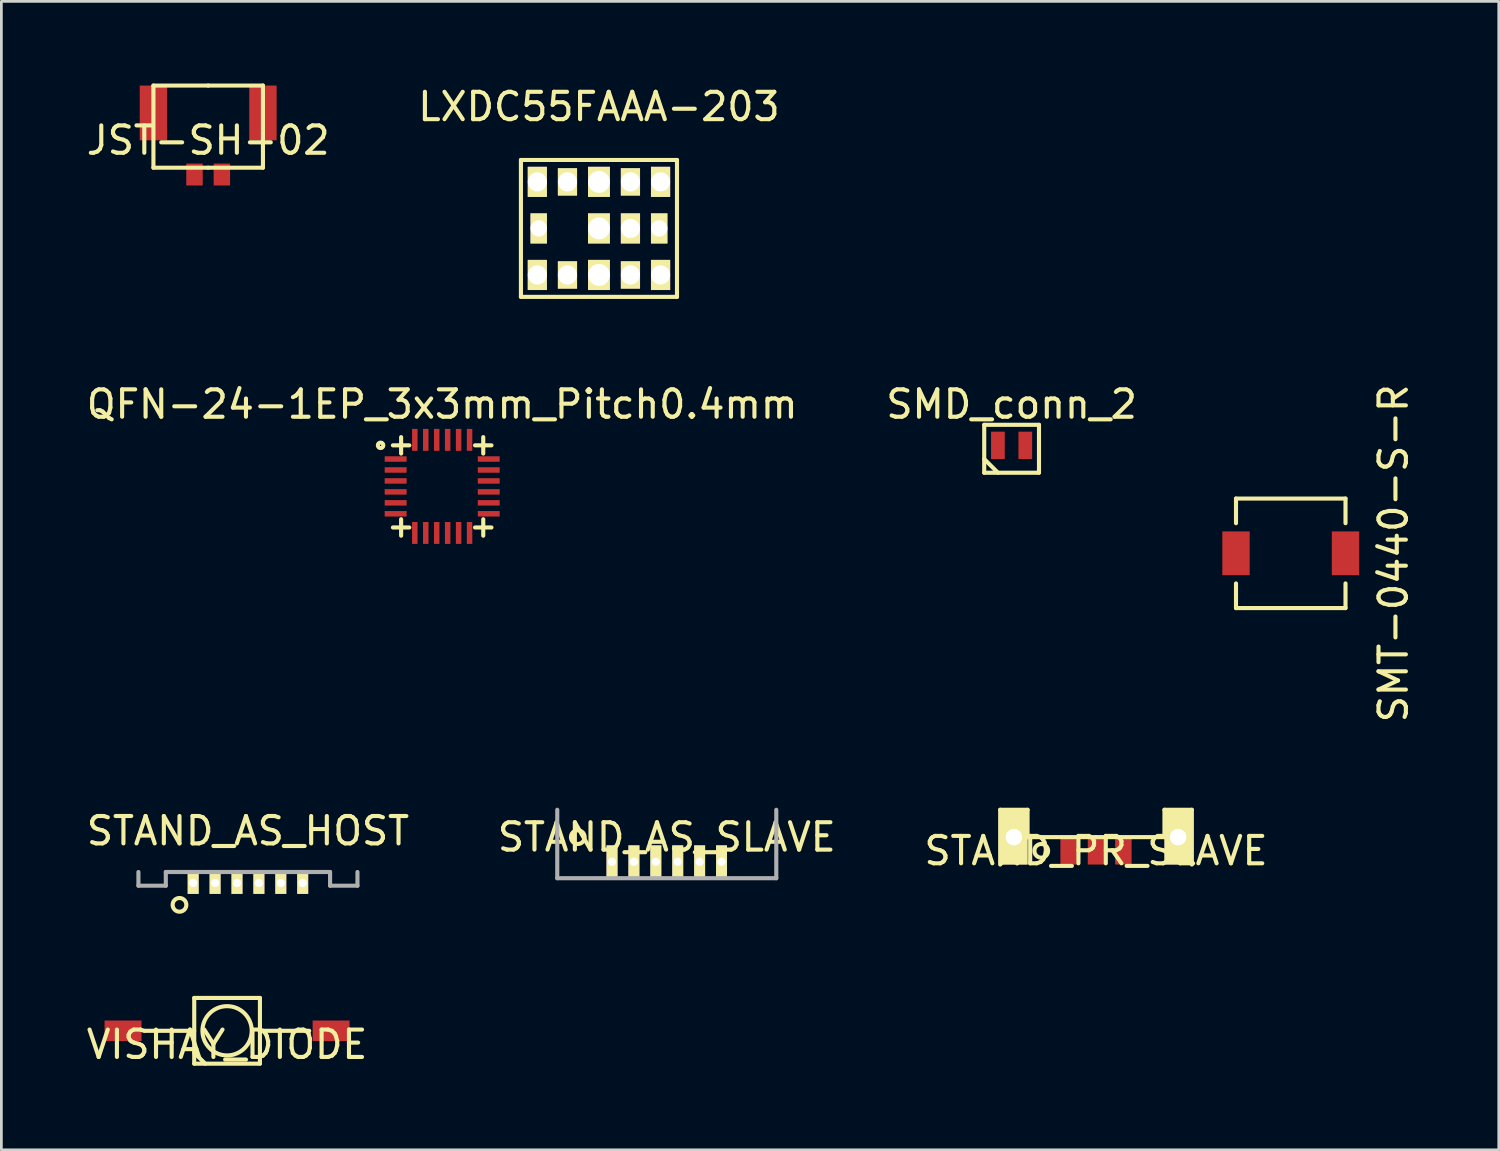
<source format=kicad_pcb>
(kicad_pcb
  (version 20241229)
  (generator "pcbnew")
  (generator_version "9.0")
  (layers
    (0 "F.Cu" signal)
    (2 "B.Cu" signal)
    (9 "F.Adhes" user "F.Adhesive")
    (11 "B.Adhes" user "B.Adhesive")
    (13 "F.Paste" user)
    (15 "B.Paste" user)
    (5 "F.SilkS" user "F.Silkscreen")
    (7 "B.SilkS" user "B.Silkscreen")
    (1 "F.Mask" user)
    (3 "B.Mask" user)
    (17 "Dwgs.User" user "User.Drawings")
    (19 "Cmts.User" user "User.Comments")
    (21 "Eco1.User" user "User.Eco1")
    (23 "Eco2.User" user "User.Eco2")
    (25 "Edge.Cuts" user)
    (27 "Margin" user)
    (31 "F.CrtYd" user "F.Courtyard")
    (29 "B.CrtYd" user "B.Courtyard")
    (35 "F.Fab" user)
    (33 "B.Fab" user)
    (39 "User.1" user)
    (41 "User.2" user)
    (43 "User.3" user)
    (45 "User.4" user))
  (footprint "VISHAY_DIODE"
    (layer "F.Cu")
    (at 5.244 34.6)
    (property "Reference" "VISHAY_DIODE" (at 0 0.5 0) (layer "F.SilkS") (effects (font (size 1 1) (thickness 0.15))))
    (attr through_hole)
    (fp_line (start -1.2 -1.2) (end -1.2 1.2) (stroke (width 0.15) (type solid)) (layer "F.SilkS"))
    (fp_line (start -1.2 0) (end -3 0) (stroke (width 0.15) (type solid)) (layer "F.SilkS"))
    (fp_line (start -1.2 1.2) (end 1.2 1.2) (stroke (width 0.15) (type solid)) (layer "F.SilkS"))
    (fp_line (start -0.8 1.2) (end -1.2 0.8) (stroke (width 0.15) (type solid)) (layer "F.SilkS"))
    (fp_line (start 1.2 -1.2) (end -1.2 -1.2) (stroke (width 0.15) (type solid)) (layer "F.SilkS"))
    (fp_line (start 1.2 0) (end 3 0) (stroke (width 0.15) (type solid)) (layer "F.SilkS"))
    (fp_line (start 1.2 1.2) (end 1.2 -1.2) (stroke (width 0.15) (type solid)) (layer "F.SilkS"))
    (fp_circle (center 0 0) (end 0.9 0) (stroke (width 0.15) (type solid)) (fill no) (layer "F.SilkS"))
    (pad "1" smd rect (at -3.8 0) (size 1.35 0.75) (layers "F.Cu" "F.Mask" "F.Paste"))
    (pad "2" smd rect (at 3.8 0) (size 1.35 0.75) (layers "F.Cu" "F.Mask" "F.Paste")))
  (footprint "QFN-24-1EP_3x3mm_Pitch0.4mm"
    (layer "F.Cu")
    (at 13.101 14.716)
    (property "Reference" "QFN-24-1EP_3x3mm_Pitch0.4mm" (at 0 -3 0) (layer "F.SilkS") (effects (font (size 1 1) (thickness 0.15))))
    (attr smd)
    (fp_line (start -1.5 -1.5) (end -1.8 -1.5) (stroke (width 0.15) (type solid)) (layer "F.SilkS"))
    (fp_line (start -1.5 -1.5) (end -1.5 -1.8) (stroke (width 0.15) (type solid)) (layer "F.SilkS"))
    (fp_line (start -1.5 -1.5) (end -1.5 -1.2) (stroke (width 0.15) (type solid)) (layer "F.SilkS"))
    (fp_line (start -1.5 1.2) (end -1.5 1.8) (stroke (width 0.15) (type solid)) (layer "F.SilkS"))
    (fp_line (start -1.2 -1.5) (end -1.5 -1.5) (stroke (width 0.15) (type solid)) (layer "F.SilkS"))
    (fp_line (start -1.2 1.5) (end -1.8 1.5) (stroke (width 0.15) (type solid)) (layer "F.SilkS"))
    (fp_line (start 1.2 -1.5) (end 1.8 -1.5) (stroke (width 0.15) (type solid)) (layer "F.SilkS"))
    (fp_line (start 1.2 1.5) (end 1.8 1.5) (stroke (width 0.15) (type solid)) (layer "F.SilkS"))
    (fp_line (start 1.5 -1.2) (end 1.5 -1.8) (stroke (width 0.15) (type solid)) (layer "F.SilkS"))
    (fp_line (start 1.5 1.2) (end 1.5 1.8) (stroke (width 0.15) (type solid)) (layer "F.SilkS"))
    (fp_circle (center -2.25 -1.5) (end -2.15 -1.5) (stroke (width 0.15) (type solid)) (fill no) (layer "F.SilkS"))
    (pad "1" smd rect (at -1.7 -1) (size 0.8 0.2) (layers "F.Cu" "F.Mask" "F.Paste"))
    (pad "2" smd rect (at -1.7 -0.6) (size 0.8 0.2) (layers "F.Cu" "F.Mask" "F.Paste"))
    (pad "3" smd rect (at -1.7 -0.2) (size 0.8 0.2) (layers "F.Cu" "F.Mask" "F.Paste"))
    (pad "4" smd rect (at -1.7 0.2) (size 0.8 0.2) (layers "F.Cu" "F.Mask" "F.Paste"))
    (pad "5" smd rect (at -1.7 0.6) (size 0.8 0.2) (layers "F.Cu" "F.Mask" "F.Paste"))
    (pad "6" smd rect (at -1.7 1) (size 0.8 0.2) (layers "F.Cu" "F.Mask" "F.Paste"))
    (pad "7" smd rect (at -1 1.7) (size 0.2 0.8) (layers "F.Cu" "F.Mask" "F.Paste"))
    (pad "8" smd rect (at -0.6 1.7) (size 0.2 0.8) (layers "F.Cu" "F.Mask" "F.Paste"))
    (pad "9" smd rect (at -0.2 1.7) (size 0.2 0.8) (layers "F.Cu" "F.Mask" "F.Paste"))
    (pad "10" smd rect (at 0.2 1.7) (size 0.2 0.8) (layers "F.Cu" "F.Mask" "F.Paste"))
    (pad "11" smd rect (at 0.6 1.7) (size 0.2 0.8) (layers "F.Cu" "F.Mask" "F.Paste"))
    (pad "12" smd rect (at 1 1.7) (size 0.2 0.8) (layers "F.Cu" "F.Mask" "F.Paste"))
    (pad "13" smd rect (at 1.7 1) (size 0.8 0.2) (layers "F.Cu" "F.Mask" "F.Paste"))
    (pad "14" smd rect (at 1.7 0.6) (size 0.8 0.2) (layers "F.Cu" "F.Mask" "F.Paste"))
    (pad "15" smd rect (at 1.7 0.2) (size 0.8 0.2) (layers "F.Cu" "F.Mask" "F.Paste"))
    (pad "16" smd rect (at 1.7 -0.2) (size 0.8 0.2) (layers "F.Cu" "F.Mask" "F.Paste"))
    (pad "17" smd rect (at 1.7 -0.6) (size 0.8 0.2) (layers "F.Cu" "F.Mask" "F.Paste"))
    (pad "18" smd rect (at 1.7 -1) (size 0.8 0.2) (layers "F.Cu" "F.Mask" "F.Paste"))
    (pad "19" smd rect (at 1 -1.7) (size 0.2 0.8) (layers "F.Cu" "F.Mask" "F.Paste"))
    (pad "20" smd rect (at 0.6 -1.7) (size 0.2 0.8) (layers "F.Cu" "F.Mask" "F.Paste"))
    (pad "21" smd rect (at 0.2 -1.7) (size 0.2 0.8) (layers "F.Cu" "F.Mask" "F.Paste"))
    (pad "22" smd rect (at -0.2 -1.7) (size 0.2 0.8) (layers "F.Cu" "F.Mask" "F.Paste"))
    (pad "23" smd rect (at -0.6 -1.7) (size 0.2 0.8) (layers "F.Cu" "F.Mask" "F.Paste"))
    (pad "24" smd rect (at -1 -1.7) (size 0.2 0.8) (layers "F.Cu" "F.Mask" "F.Paste")))
  (footprint "STAND_PR_SLAVE"
    (layer "F.Cu")
    (at 36.982 27.527)
    (property "Reference" "STAND_PR_SLAVE" (at 0 0.5 0) (layer "F.SilkS") (effects (font (size 1 1) (thickness 0.15))))
    (attr through_hole)
    (fp_line (start -3.5 -1) (end -3.5 1) (stroke (width 0.15) (type solid)) (layer "F.SilkS"))
    (fp_line (start -2.5 -1) (end -3.5 -1) (stroke (width 0.15) (type solid)) (layer "F.SilkS"))
    (fp_line (start -2.5 0) (end -2.5 -1) (stroke (width 0.15) (type solid)) (layer "F.SilkS"))
    (fp_line (start 0 0) (end -2.5 0) (stroke (width 0.15) (type solid)) (layer "F.SilkS"))
    (fp_line (start 0 0) (end 2.5 0) (stroke (width 0.15) (type solid)) (layer "F.SilkS"))
    (fp_line (start 2.5 -1) (end 3.5 -1) (stroke (width 0.15) (type solid)) (layer "F.SilkS"))
    (fp_line (start 2.5 0) (end 2.5 -1) (stroke (width 0.15) (type solid)) (layer "F.SilkS"))
    (fp_line (start 3.5 -1) (end 3.5 1) (stroke (width 0.15) (type solid)) (layer "F.SilkS"))
    (fp_circle (center -2 0.5) (end -1.75 0.5) (stroke (width 0.15) (type solid)) (fill no) (layer "F.SilkS"))
    (pad "1" smd rect (at -1 0.5) (size 0.6 1) (layers "F.Cu" "F.Mask" "F.Paste"))
    (pad "2" smd rect (at 0 0.5) (size 0.6 1) (layers "F.Cu" "F.Mask" "F.Paste"))
    (pad "3" smd rect (at 1 0.5) (size 0.6 1) (layers "F.Cu" "F.Mask" "F.Paste"))
    (pad "4" thru_hole rect (at -3 0) (size 1 2) (drill 0.6) (layers "*.Cu" "*.Mask" "F.SilkS"))
    (pad "4" thru_hole rect (at 3 0) (size 1 2) (drill 0.6) (layers "*.Cu" "*.Mask" "F.SilkS")))
  (footprint "LXDC55FAAA-203"
    (layer "F.Cu")
    (at 18.827 5.293)
    (property "Reference" "LXDC55FAAA-203" (at 0 -4.445 0) (layer "F.SilkS") (effects (font (size 1 1) (thickness 0.15))))
    (attr through_hole)
    (fp_line (start -2.85 -2.5) (end -2.85 2.5) (stroke (width 0.15) (type solid)) (layer "F.SilkS"))
    (fp_line (start -2.85 2.5) (end 2.85 2.5) (stroke (width 0.15) (type solid)) (layer "F.SilkS"))
    (fp_line (start 2.85 -2.5) (end -2.85 -2.5) (stroke (width 0.15) (type solid)) (layer "F.SilkS"))
    (fp_line (start 2.85 2.5) (end 2.85 -2.5) (stroke (width 0.15) (type solid)) (layer "F.SilkS"))
    (pad "1" thru_hole rect (at -2.25 1.7) (size 0.7 1.1) (drill 0.7) (layers "*.Cu" "*.Mask" "F.SilkS"))
    (pad "2" thru_hole rect (at -1.15 1.7) (size 0.7 1) (drill 0.7) (layers "*.Cu" "*.Mask" "F.SilkS"))
    (pad "3" thru_hole rect (at 0 1.7) (size 0.8 1.1) (drill 0.8) (layers "*.Cu" "*.Mask" "F.SilkS"))
    (pad "4" thru_hole rect (at 1.15 1.7) (size 0.7 1) (drill 0.7) (layers "*.Cu" "*.Mask" "F.SilkS"))
    (pad "5" thru_hole rect (at 2.25 1.7) (size 0.7 1.1) (drill 0.7) (layers "*.Cu" "*.Mask" "F.SilkS"))
    (pad "6" thru_hole rect (at 2.2 0) (size 0.6 1.1) (drill 0.6) (layers "*.Cu" "*.Mask" "F.SilkS"))
    (pad "7" thru_hole rect (at 2.25 -1.7) (size 0.7 1.1) (drill 0.7) (layers "*.Cu" "*.Mask" "F.SilkS"))
    (pad "8" thru_hole rect (at 1.15 -1.7) (size 0.7 1) (drill 0.7) (layers "*.Cu" "*.Mask" "F.SilkS"))
    (pad "9" thru_hole rect (at 0 -1.7) (size 0.8 1.1) (drill 0.8) (layers "*.Cu" "*.Mask" "F.SilkS"))
    (pad "10" thru_hole rect (at -1.15 -1.7) (size 0.7 1) (drill 0.7) (layers "*.Cu" "*.Mask" "F.SilkS"))
    (pad "11" thru_hole rect (at -2.25 -1.7) (size 0.7 1.1) (drill 0.7) (layers "*.Cu" "*.Mask" "F.SilkS"))
    (pad "12" thru_hole rect (at -2.2 0) (size 0.6 1.1) (drill 0.6) (layers "*.Cu" "*.Mask" "F.SilkS"))
    (pad "13" thru_hole rect (at 0 0) (size 0.8 1.1) (drill 0.8) (layers "*.Cu" "*.Mask" "F.SilkS"))
    (pad "14" thru_hole rect (at 1.15 0) (size 0.7 1.1) (drill 0.7) (layers "*.Cu" "*.Mask" "F.SilkS")))
  (footprint "SMT-0440-S-R"
    (layer "F.Cu")
    (at 44.095 17.16)
    (property "Reference" "SMT-0440-S-R" (at 3.75 0 90) (layer "F.SilkS") (effects (font (size 1 1) (thickness 0.15))))
    (attr through_hole)
    (fp_line (start -2 -2) (end 2 -2) (stroke (width 0.15) (type solid)) (layer "F.SilkS"))
    (fp_line (start -2 -1.1) (end -2 -2) (stroke (width 0.15) (type solid)) (layer "F.SilkS"))
    (fp_line (start -2 2) (end -2 1.1) (stroke (width 0.15) (type solid)) (layer "F.SilkS"))
    (fp_line (start 2 -2) (end 2 -1.1) (stroke (width 0.15) (type solid)) (layer "F.SilkS"))
    (fp_line (start 2 1.1) (end 2 2) (stroke (width 0.15) (type solid)) (layer "F.SilkS"))
    (fp_line (start 2 2) (end -2 2) (stroke (width 0.15) (type solid)) (layer "F.SilkS"))
    (pad "1" smd rect (at -2 0) (size 1 1.6) (layers "F.Cu" "F.Mask" "F.Paste"))
    (pad "2" smd rect (at 2 0) (size 1 1.6) (layers "F.Cu" "F.Mask" "F.Paste")))
  (footprint "STAND_AS_HOST"
    (layer "F.Cu")
    (at 6.006 28.8)
    (property "Reference" "STAND_AS_HOST" (at 0 -1.5 0) (layer "F.SilkS") (effects (font (size 1 1) (thickness 0.15))))
    (attr through_hole)
    (fp_circle (center -2.5 1.2) (end -2.25 1.2) (stroke (width 0.15) (type solid)) (fill no) (layer "F.SilkS"))
    (fp_line (start -4 0.5) (end -4 0) (stroke (width 0.15) (type solid)) (layer "F.Fab"))
    (fp_line (start -3 0) (end -3 0.5) (stroke (width 0.15) (type solid)) (layer "F.Fab"))
    (fp_line (start -3 0) (end 0 0) (stroke (width 0.15) (type solid)) (layer "F.Fab"))
    (fp_line (start -3 0.5) (end -4 0.5) (stroke (width 0.15) (type solid)) (layer "F.Fab"))
    (fp_line (start 0 0) (end 3 0) (stroke (width 0.15) (type solid)) (layer "F.Fab"))
    (fp_line (start 3 0) (end 3 0.5) (stroke (width 0.15) (type solid)) (layer "F.Fab"))
    (fp_line (start 3 0.5) (end 4 0.5) (stroke (width 0.15) (type solid)) (layer "F.Fab"))
    (fp_line (start 4 0.5) (end 4 0) (stroke (width 0.15) (type solid)) (layer "F.Fab"))
    (pad "1" thru_hole rect (at -2 0.4) (size 0.4 0.8) (drill 0.3) (layers "*.Cu" "*.Mask" "F.SilkS"))
    (pad "2" thru_hole rect (at -1.2 0.4) (size 0.4 0.8) (drill 0.3) (layers "*.Cu" "*.Mask" "F.SilkS"))
    (pad "3" thru_hole rect (at -0.4 0.4) (size 0.4 0.8) (drill 0.3) (layers "*.Cu" "*.Mask" "F.SilkS"))
    (pad "4" thru_hole rect (at 0.4 0.4) (size 0.4 0.8) (drill 0.3) (layers "*.Cu" "*.Mask" "F.SilkS"))
    (pad "5" thru_hole rect (at 1.2 0.4) (size 0.4 0.8) (drill 0.3) (layers "*.Cu" "*.Mask" "F.SilkS"))
    (pad "6" thru_hole rect (at 2 0.4) (size 0.4 0.8) (drill 0.3) (layers "*.Cu" "*.Mask" "F.SilkS")))
  (footprint "STAND_AS_SLAVE"
    (layer "F.Cu")
    (at 21.304 29.027)
    (property "Reference" "STAND_AS_SLAVE" (at 0 -1.5 0) (layer "F.SilkS") (effects (font (size 1 1) (thickness 0.15))))
    (attr through_hole)
    (fp_circle (center -3.25 -1.5) (end -3 -1.5) (stroke (width 0.15) (type solid)) (fill no) (layer "F.SilkS"))
    (fp_line (start -4 0) (end -4 -2.5) (stroke (width 0.15) (type solid)) (layer "F.Fab"))
    (fp_line (start -4 0) (end 4 0) (stroke (width 0.15) (type solid)) (layer "F.Fab"))
    (fp_line (start 4 0) (end 4 -2.5) (stroke (width 0.15) (type solid)) (layer "F.Fab"))
    (pad "1" thru_hole rect (at -2 -0.6) (size 0.4 1.2) (drill 0.3) (layers "*.Cu" "*.Mask" "F.SilkS"))
    (pad "2" thru_hole rect (at -1.2 -0.6) (size 0.4 1.2) (drill 0.3) (layers "*.Cu" "*.Mask" "F.SilkS"))
    (pad "3" thru_hole rect (at -0.4 -0.6) (size 0.4 1.2) (drill 0.3) (layers "*.Cu" "*.Mask" "F.SilkS"))
    (pad "4" thru_hole rect (at 0.4 -0.6) (size 0.4 1.2) (drill 0.3) (layers "*.Cu" "*.Mask" "F.SilkS"))
    (pad "5" thru_hole rect (at 1.2 -0.6) (size 0.4 1.2) (drill 0.3) (layers "*.Cu" "*.Mask" "F.SilkS"))
    (pad "6" thru_hole rect (at 2 -0.6) (size 0.4 1.2) (drill 0.3) (layers "*.Cu" "*.Mask" "F.SilkS")))
  (footprint "JST-SH-02"
    (layer "F.Cu")
    (at 4.554 1.575)
    (property "Reference" "JST-SH-02" (at 0 0.5 0) (layer "F.SilkS") (effects (font (size 1 1) (thickness 0.15))))
    (attr through_hole)
    (fp_line (start -2 -1.5) (end -2 1.5) (stroke (width 0.15) (type solid)) (layer "F.SilkS"))
    (fp_line (start -2 1.5) (end 0 1.5) (stroke (width 0.15) (type solid)) (layer "F.SilkS"))
    (fp_line (start 0 -1.5) (end -2 -1.5) (stroke (width 0.15) (type solid)) (layer "F.SilkS"))
    (fp_line (start 0 1.5) (end 2 1.5) (stroke (width 0.15) (type solid)) (layer "F.SilkS"))
    (fp_line (start 2 -1.5) (end 0 -1.5) (stroke (width 0.15) (type solid)) (layer "F.SilkS"))
    (fp_line (start 2 1.5) (end 2 -1.5) (stroke (width 0.15) (type solid)) (layer "F.SilkS"))
    (pad "" smd rect (at -2 -0.5) (size 1 2) (layers "F.Cu" "F.Mask" "F.Paste"))
    (pad "" smd rect (at 2 -0.5) (size 1 2) (layers "F.Cu" "F.Mask" "F.Paste"))
    (pad "1" smd rect (at -0.5 1.75) (size 0.6 0.8) (layers "F.Cu" "F.Mask" "F.Paste"))
    (pad "2" smd rect (at 0.5 1.75) (size 0.6 0.8) (layers "F.Cu" "F.Mask" "F.Paste")))
  (footprint "SMD_conn_2"
    (layer "F.Cu")
    (at 33.899 13.216)
    (property "Reference" "SMD_conn_2" (at 0 -1.5 0) (layer "F.SilkS") (effects (font (size 1 1) (thickness 0.15))))
    (attr through_hole)
    (fp_line (start -1 -0.75) (end -1 1) (stroke (width 0.15) (type solid)) (layer "F.SilkS"))
    (fp_line (start -1 0.5) (end -0.5 1) (stroke (width 0.15) (type solid)) (layer "F.SilkS"))
    (fp_line (start -1 1) (end 1 1) (stroke (width 0.15) (type solid)) (layer "F.SilkS"))
    (fp_line (start 1 -0.75) (end -1 -0.75) (stroke (width 0.15) (type solid)) (layer "F.SilkS"))
    (fp_line (start 1 1) (end 1 -0.75) (stroke (width 0.15) (type solid)) (layer "F.SilkS"))
    (pad "1" smd rect (at -0.5 0) (size 0.5 1) (layers "F.Cu" "F.Mask" "F.Paste"))
    (pad "2" smd rect (at 0.5 0) (size 0.5 1) (layers "F.Cu" "F.Mask" "F.Paste")))
  (gr_rect
    (start -3 -3)
    (end 51.693 38.948)
    (stroke (width 0.1) (type default))
    (fill no)
    (layer "Edge.Cuts")))
</source>
